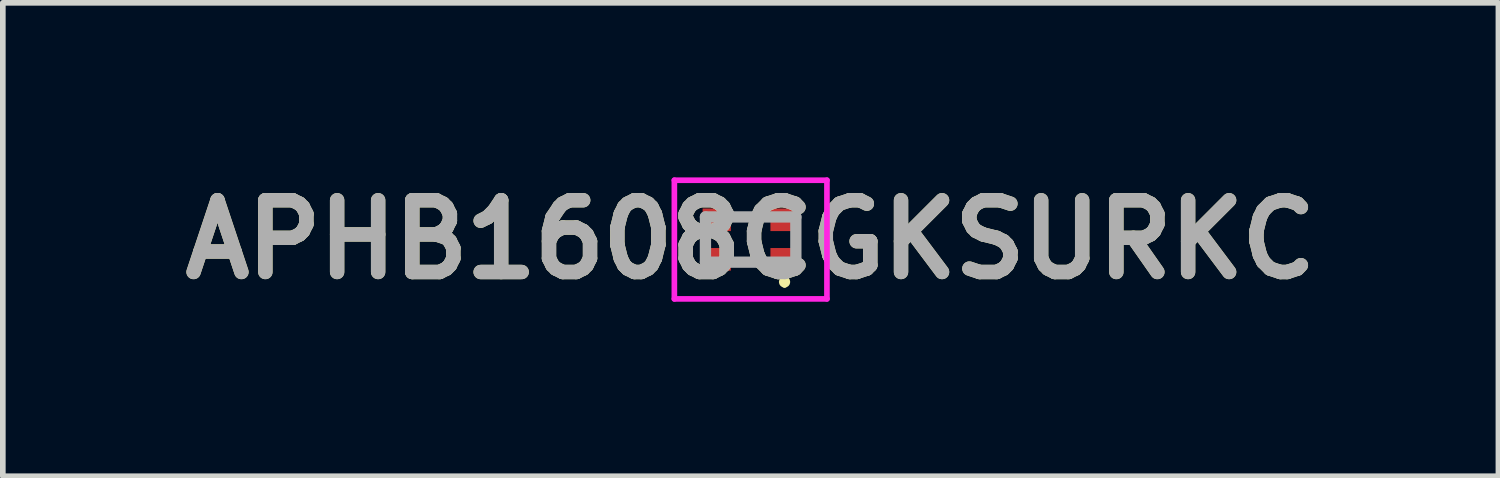
<source format=kicad_pcb>
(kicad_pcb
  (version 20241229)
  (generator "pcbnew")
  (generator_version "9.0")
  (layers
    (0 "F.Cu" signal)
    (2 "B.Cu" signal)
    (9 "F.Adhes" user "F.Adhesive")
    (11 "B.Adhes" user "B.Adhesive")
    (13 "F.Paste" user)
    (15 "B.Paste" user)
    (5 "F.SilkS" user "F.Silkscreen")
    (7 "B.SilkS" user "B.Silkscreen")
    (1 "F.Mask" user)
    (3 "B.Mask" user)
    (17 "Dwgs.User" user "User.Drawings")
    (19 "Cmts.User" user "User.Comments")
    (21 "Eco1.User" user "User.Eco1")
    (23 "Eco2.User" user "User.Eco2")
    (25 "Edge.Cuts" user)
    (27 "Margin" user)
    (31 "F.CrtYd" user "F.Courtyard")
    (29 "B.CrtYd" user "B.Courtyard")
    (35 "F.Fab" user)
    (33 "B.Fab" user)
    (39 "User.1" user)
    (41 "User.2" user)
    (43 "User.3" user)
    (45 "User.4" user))
  (footprint "APHB1608CGKSURKC"
    (layer "F.Cu")
    (at 10.233 1.189)
    (property "Reference" "APHB1608CGKSURKC" (at 0 0 0) (layer "F.SilkS") (effects (font (size 1.27 1.27) (thickness 0.254))))
    (attr smd)
    (fp_line (start -0.1 -0.4) (end 0.1 -0.4) (stroke (width 0.1) (type solid)) (layer "F.SilkS"))
    (fp_line (start -0.1 0.4) (end 0.1 0.4) (stroke (width 0.1) (type solid)) (layer "F.SilkS"))
    (fp_line (start 0.6 0.7) (end 0.6 0.7) (stroke (width 0.1) (type solid)) (layer "F.SilkS"))
    (fp_line (start 0.6 0.8) (end 0.6 0.8) (stroke (width 0.1) (type solid)) (layer "F.SilkS"))
    (fp_arc (start 0.6 0.7) (mid 0.65 0.75) (end 0.6 0.8) (stroke (width 0.1) (type solid)) (layer "F.SilkS"))
    (fp_arc (start 0.6 0.8) (mid 0.55 0.75) (end 0.6 0.7) (stroke (width 0.1) (type solid)) (layer "F.SilkS"))
    (fp_line (start -1.35 -1.05) (end 1.35 -1.05) (stroke (width 0.1) (type solid)) (layer "F.CrtYd"))
    (fp_line (start -1.35 1.05) (end -1.35 -1.05) (stroke (width 0.1) (type solid)) (layer "F.CrtYd"))
    (fp_line (start 1.35 -1.05) (end 1.35 1.05) (stroke (width 0.1) (type solid)) (layer "F.CrtYd"))
    (fp_line (start 1.35 1.05) (end -1.35 1.05) (stroke (width 0.1) (type solid)) (layer "F.CrtYd"))
    (fp_line (start -0.8 -0.4) (end 0.8 -0.4) (stroke (width 0.2) (type solid)) (layer "F.Fab"))
    (fp_line (start -0.8 0.4) (end -0.8 -0.4) (stroke (width 0.2) (type solid)) (layer "F.Fab"))
    (fp_line (start 0.8 -0.4) (end 0.8 0.4) (stroke (width 0.2) (type solid)) (layer "F.Fab"))
    (fp_line (start 0.8 0.4) (end -0.8 0.4) (stroke (width 0.2) (type solid)) (layer "F.Fab"))
    (fp_text user "${REFERENCE}" (at 0 0 0) (layer "F.Fab") (effects (font (size 1.27 1.27) (thickness 0.254))))
    (pad "1" smd rect (at 0.6 0.35 90) (size 0.4 0.5) (layers "F.Cu" "F.Mask" "F.Paste"))
    (pad "2" smd rect (at -0.6 0.35 90) (size 0.4 0.5) (layers "F.Cu" "F.Mask" "F.Paste"))
    (pad "3" smd rect (at 0.6 -0.35 90) (size 0.4 0.5) (layers "F.Cu" "F.Mask" "F.Paste"))
    (pad "4" smd rect (at -0.6 -0.35 90) (size 0.4 0.5) (layers "F.Cu" "F.Mask" "F.Paste")))
  (gr_rect
    (start -3 -3)
    (end 23.465 5.377)
    (stroke (width 0.1) (type default))
    (fill no)
    (layer "Edge.Cuts")))
</source>
